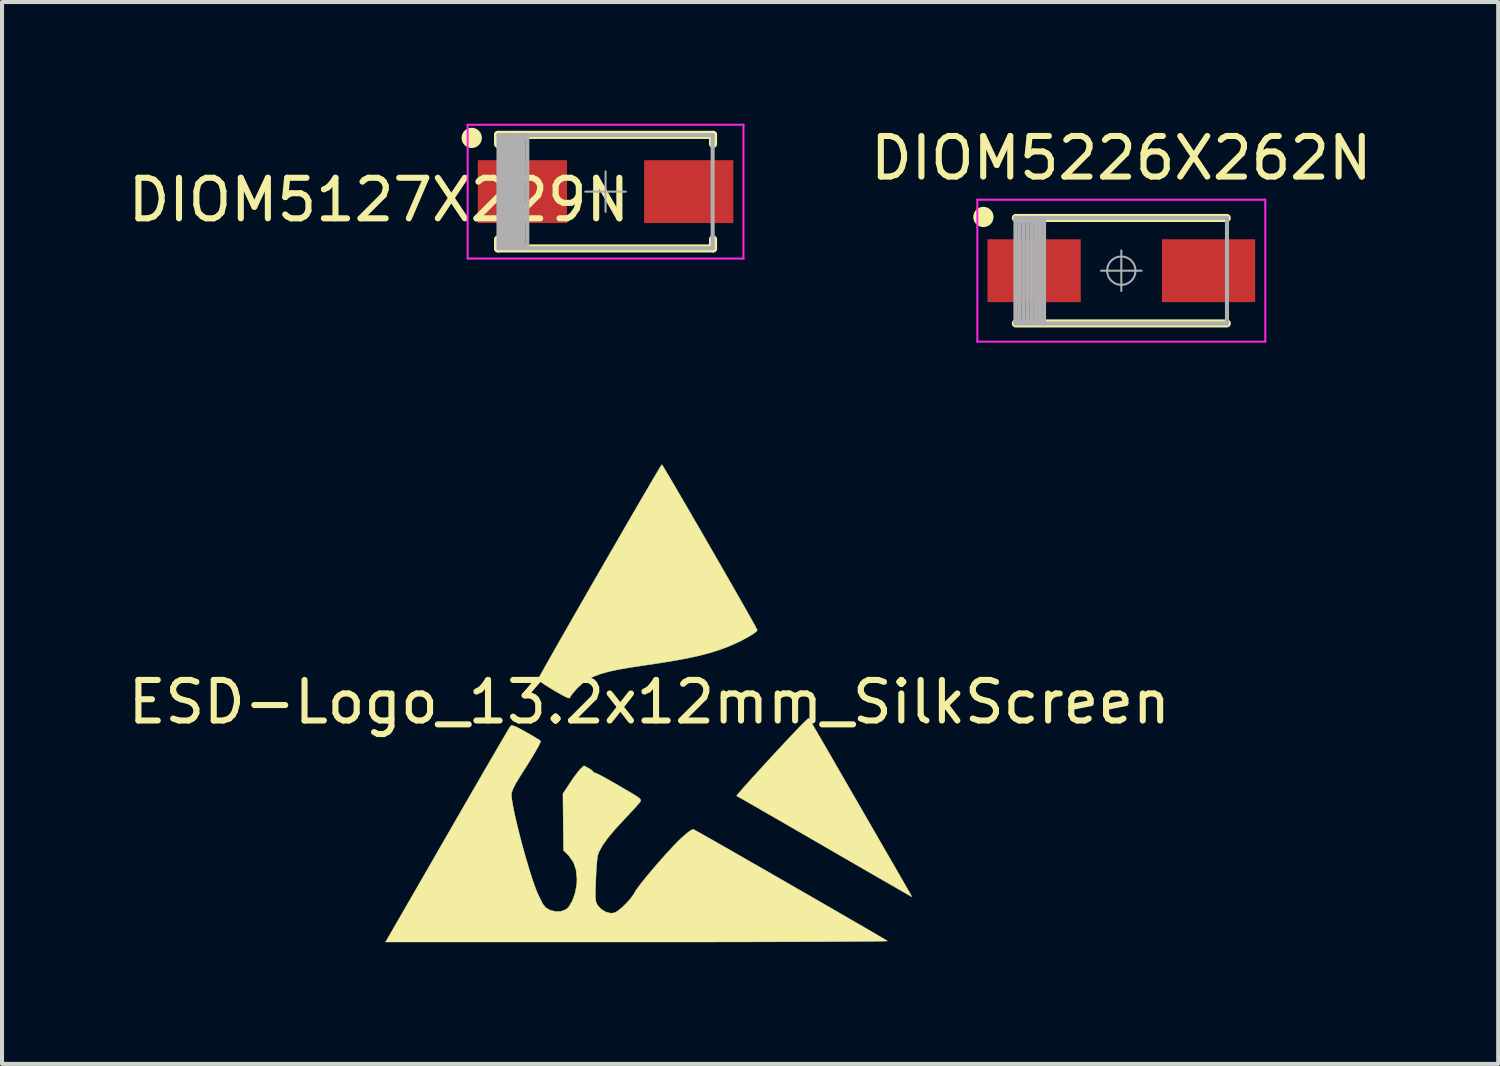
<source format=kicad_pcb>
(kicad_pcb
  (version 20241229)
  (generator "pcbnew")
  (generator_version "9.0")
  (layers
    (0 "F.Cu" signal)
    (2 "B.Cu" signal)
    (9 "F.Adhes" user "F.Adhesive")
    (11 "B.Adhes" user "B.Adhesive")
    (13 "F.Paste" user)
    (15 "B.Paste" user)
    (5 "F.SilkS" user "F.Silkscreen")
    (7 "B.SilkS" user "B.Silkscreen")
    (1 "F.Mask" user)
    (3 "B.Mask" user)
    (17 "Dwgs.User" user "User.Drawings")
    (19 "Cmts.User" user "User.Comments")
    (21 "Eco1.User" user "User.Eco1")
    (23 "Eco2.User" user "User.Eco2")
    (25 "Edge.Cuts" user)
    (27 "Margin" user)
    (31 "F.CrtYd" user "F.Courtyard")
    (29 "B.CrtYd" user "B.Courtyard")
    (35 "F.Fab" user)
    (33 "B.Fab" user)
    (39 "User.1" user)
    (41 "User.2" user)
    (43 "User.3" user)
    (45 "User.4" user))
  (footprint "DIOM5127X229N"
    (layer "F.Cu")
    (at 11.88 1.675)
    (property "Reference" "DIOM5127X229N" (at -5.588 0.203 0) (layer "F.SilkS") (effects (font (size 1 1) (thickness 0.15))))
    (attr smd)
    (fp_line (start -2.65 -1.4) (end 2.65 -1.4) (stroke (width 0.2) (type solid)) (layer "F.SilkS"))
    (fp_line (start -2.65 -1.175) (end -2.65 -1.4) (stroke (width 0.2) (type solid)) (layer "F.SilkS"))
    (fp_line (start -2.65 1.4) (end -2.65 1.175) (stroke (width 0.2) (type solid)) (layer "F.SilkS"))
    (fp_line (start -2.65 1.4) (end 2.65 1.4) (stroke (width 0.2) (type solid)) (layer "F.SilkS"))
    (fp_line (start 2.65 -1.175) (end 2.65 -1.4) (stroke (width 0.2) (type solid)) (layer "F.SilkS"))
    (fp_line (start 2.65 1.4) (end 2.65 1.175) (stroke (width 0.2) (type solid)) (layer "F.SilkS"))
    (fp_circle (center -3.3 -1.325) (end -3.175 -1.325) (stroke (width 0.25) (type solid)) (fill no) (layer "F.SilkS"))
    (fp_line (start -3.4 -1.65) (end 3.4 -1.65) (stroke (width 0.05) (type solid)) (layer "F.CrtYd"))
    (fp_line (start -3.4 1.65) (end -3.4 -1.65) (stroke (width 0.05) (type solid)) (layer "F.CrtYd"))
    (fp_line (start -3.4 1.65) (end 3.4 1.65) (stroke (width 0.05) (type solid)) (layer "F.CrtYd"))
    (fp_line (start 3.4 1.65) (end 3.4 -1.65) (stroke (width 0.05) (type solid)) (layer "F.CrtYd"))
    (fp_line (start -2.64 -1.395) (end 2.64 -1.395) (stroke (width 0.1) (type solid)) (layer "F.Fab"))
    (fp_line (start -2.64 1.395) (end -2.64 -1.395) (stroke (width 0.1) (type solid)) (layer "F.Fab"))
    (fp_line (start -2.64 1.395) (end 2.64 1.395) (stroke (width 0.1) (type solid)) (layer "F.Fab"))
    (fp_line (start -2.6 1.395) (end -2.6 -1.395) (stroke (width 0.1) (type solid)) (layer "F.Fab"))
    (fp_line (start -2.525 1.395) (end -2.525 -1.395) (stroke (width 0.1) (type solid)) (layer "F.Fab"))
    (fp_line (start -2.475 1.395) (end -2.475 -1.395) (stroke (width 0.1) (type solid)) (layer "F.Fab"))
    (fp_line (start -2.4 1.395) (end -2.4 -1.395) (stroke (width 0.1) (type solid)) (layer "F.Fab"))
    (fp_line (start -2.325 1.395) (end -2.325 -1.395) (stroke (width 0.1) (type solid)) (layer "F.Fab"))
    (fp_line (start -2.25 1.395) (end -2.25 -1.395) (stroke (width 0.1) (type solid)) (layer "F.Fab"))
    (fp_line (start -2.175 1.395) (end -2.175 -1.395) (stroke (width 0.1) (type solid)) (layer "F.Fab"))
    (fp_line (start -2.1 1.395) (end -2.1 -1.395) (stroke (width 0.1) (type solid)) (layer "F.Fab"))
    (fp_line (start -2.025 1.395) (end -2.025 -1.395) (stroke (width 0.1) (type solid)) (layer "F.Fab"))
    (fp_line (start -1.93 1.395) (end -1.93 -1.395) (stroke (width 0.1) (type solid)) (layer "F.Fab"))
    (fp_line (start -0.5 0) (end 0.5 0) (stroke (width 0.05) (type solid)) (layer "F.Fab"))
    (fp_line (start 0 0.5) (end 0 -0.5) (stroke (width 0.05) (type solid)) (layer "F.Fab"))
    (fp_line (start 2.64 1.395) (end 2.64 -1.395) (stroke (width 0.1) (type solid)) (layer "F.Fab"))
    (pad "1" smd rect (at -2.05 0 90) (size 1.55 2.2) (layers "F.Cu" "F.Mask" "F.Paste"))
    (pad "2" smd rect (at 2.05 0 90) (size 1.55 2.2) (layers "F.Cu" "F.Mask" "F.Paste")))
  (footprint "ESD-Logo_13.2x12mm_SilkScreen"
    (layer "F.Cu")
    (at 12.958 14.259)
    (property "Reference" "ESD-Logo_13.2x12mm_SilkScreen" (at 0 0 0) (layer "F.SilkS") (effects (font (size 1 1) (thickness 0.15))))
    (attr exclude_from_pos_files exclude_from_bom)
    (fp_poly (pts (xy 3.975 0.469) (xy 3.998 0.507) (xy 4.049 0.595) (xy 4.126 0.727) (xy 4.226 0.9) (xy 4.348 1.109) (xy 4.487 1.35) (xy 4.642 1.619) (xy 4.811 1.91) (xy 4.99 2.221) (xy 5.174 2.54) (xy 5.362 2.866) (xy 5.543 3.179) (xy 5.713 3.475) (xy 5.871 3.748) (xy 6.014 3.995) (xy 6.138 4.211) (xy 6.242 4.391) (xy 6.322 4.53) (xy 6.377 4.625) (xy 6.403 4.67) (xy 6.445 4.745) (xy 6.468 4.792) (xy 6.469 4.8) (xy 6.441 4.784) (xy 6.364 4.74) (xy 6.241 4.67) (xy 6.077 4.575) (xy 5.875 4.459) (xy 5.64 4.324) (xy 5.375 4.171) (xy 5.085 4.003) (xy 4.774 3.824) (xy 4.446 3.634) (xy 4.321 3.561) (xy 3.987 3.368) (xy 3.668 3.184) (xy 3.369 3.011) (xy 3.093 2.852) (xy 2.844 2.709) (xy 2.628 2.584) (xy 2.447 2.48) (xy 2.306 2.399) (xy 2.208 2.344) (xy 2.159 2.317) (xy 2.154 2.314) (xy 2.169 2.29) (xy 2.221 2.228) (xy 2.305 2.131) (xy 2.415 2.007) (xy 2.547 1.861) (xy 2.694 1.699) (xy 2.852 1.526) (xy 3.015 1.349) (xy 3.179 1.172) (xy 3.336 1.003) (xy 3.483 0.847) (xy 3.614 0.709) (xy 3.723 0.595) (xy 3.806 0.512) (xy 3.834 0.485) (xy 3.928 0.396) (xy 3.975 0.469)) (stroke (width 0.01) (type solid)) (fill yes) (layer "F.SilkS"))
    (fp_poly (pts (xy 0.328 -5.828) (xy 0.374 -5.754) (xy 0.445 -5.635) (xy 0.538 -5.478) (xy 0.65 -5.287) (xy 0.778 -5.067) (xy 0.92 -4.825) (xy 1.071 -4.563) (xy 1.231 -4.288) (xy 1.394 -4.005) (xy 1.56 -3.718) (xy 1.724 -3.433) (xy 1.884 -3.155) (xy 2.037 -2.888) (xy 2.179 -2.638) (xy 2.309 -2.411) (xy 2.423 -2.21) (xy 2.519 -2.04) (xy 2.592 -1.908) (xy 2.641 -1.818) (xy 2.663 -1.775) (xy 2.664 -1.773) (xy 2.637 -1.736) (xy 2.562 -1.68) (xy 2.448 -1.611) (xy 2.305 -1.532) (xy 2.154 -1.458) (xy 1.949 -1.368) (xy 1.734 -1.288) (xy 1.5 -1.214) (xy 1.241 -1.146) (xy 0.949 -1.082) (xy 0.617 -1.02) (xy 0.238 -0.958) (xy -0.155 -0.9) (xy -0.496 -0.848) (xy -0.783 -0.798) (xy -1.022 -0.745) (xy -1.221 -0.687) (xy -1.386 -0.623) (xy -1.526 -0.549) (xy -1.647 -0.463) (xy -1.756 -0.362) (xy -1.792 -0.325) (xy -1.868 -0.238) (xy -1.925 -0.167) (xy -1.951 -0.125) (xy -1.951 -0.121) (xy -1.961 -0.1) (xy -1.992 -0.1) (xy -2.053 -0.123) (xy -2.15 -0.173) (xy -2.289 -0.252) (xy -2.385 -0.309) (xy -2.529 -0.398) (xy -2.641 -0.473) (xy -2.713 -0.531) (xy -2.738 -0.565) (xy -2.738 -0.565) (xy -2.722 -0.598) (xy -2.678 -0.679) (xy -2.608 -0.805) (xy -2.515 -0.97) (xy -2.401 -1.172) (xy -2.269 -1.404) (xy -2.122 -1.663) (xy -1.961 -1.944) (xy -1.79 -2.243) (xy -1.61 -2.555) (xy -1.426 -2.877) (xy -1.238 -3.203) (xy -1.05 -3.529) (xy -0.864 -3.85) (xy -0.683 -4.163) (xy -0.51 -4.463) (xy -0.346 -4.745) (xy -0.195 -5.005) (xy -0.058 -5.238) (xy 0.06 -5.441) (xy 0.159 -5.608) (xy 0.235 -5.736) (xy 0.286 -5.819) (xy 0.309 -5.854) (xy 0.31 -5.854) (xy 0.328 -5.828)) (stroke (width 0.01) (type solid)) (fill yes) (layer "F.SilkS"))
    (fp_poly (pts (xy -3.356 0.582) (xy -3.291 0.607) (xy -3.192 0.657) (xy -3.049 0.736) (xy -3.038 0.742) (xy -2.907 0.817) (xy -2.796 0.883) (xy -2.717 0.932) (xy -2.68 0.96) (xy -2.679 0.961) (xy -2.688 0.999) (xy -2.729 1.083) (xy -2.8 1.21) (xy -2.897 1.374) (xy -3.019 1.57) (xy -3.162 1.795) (xy -3.197 1.85) (xy -3.29 2.003) (xy -3.357 2.135) (xy -3.394 2.234) (xy -3.397 2.253) (xy -3.396 2.339) (xy -3.377 2.474) (xy -3.344 2.652) (xy -3.299 2.862) (xy -3.243 3.096) (xy -3.18 3.345) (xy -3.112 3.601) (xy -3.04 3.855) (xy -2.968 4.098) (xy -2.898 4.322) (xy -2.831 4.518) (xy -2.771 4.676) (xy -2.729 4.77) (xy -2.679 4.87) (xy -2.633 4.966) (xy -2.63 4.972) (xy -2.553 5.068) (xy -2.44 5.134) (xy -2.308 5.165) (xy -2.175 5.16) (xy -2.058 5.116) (xy -1.991 5.059) (xy -1.896 4.901) (xy -1.827 4.705) (xy -1.788 4.49) (xy -1.783 4.368) (xy -1.805 4.14) (xy -1.869 3.951) (xy -1.979 3.793) (xy -2.013 3.757) (xy -2.115 3.658) (xy -2.129 2.259) (xy -1.95 1.989) (xy -1.867 1.867) (xy -1.786 1.757) (xy -1.72 1.675) (xy -1.692 1.644) (xy -1.611 1.57) (xy -1.503 1.628) (xy -1.434 1.67) (xy -1.396 1.703) (xy -1.394 1.709) (xy -1.368 1.733) (xy -1.324 1.752) (xy -1.282 1.769) (xy -1.217 1.8) (xy -1.123 1.85) (xy -0.996 1.921) (xy -0.83 2.016) (xy -0.619 2.139) (xy -0.504 2.206) (xy -0.369 2.286) (xy -0.28 2.343) (xy -0.23 2.384) (xy -0.211 2.415) (xy -0.215 2.443) (xy -0.218 2.45) (xy -0.249 2.491) (xy -0.316 2.567) (xy -0.41 2.671) (xy -0.524 2.794) (xy -0.623 2.898) (xy -0.85 3.145) (xy -1.028 3.359) (xy -1.158 3.542) (xy -1.241 3.697) (xy -1.27 3.776) (xy -1.281 3.844) (xy -1.293 3.962) (xy -1.305 4.114) (xy -1.314 4.288) (xy -1.319 4.399) (xy -1.325 4.589) (xy -1.328 4.728) (xy -1.326 4.827) (xy -1.32 4.896) (xy -1.307 4.945) (xy -1.287 4.987) (xy -1.272 5.012) (xy -1.183 5.109) (xy -1.069 5.177) (xy -0.949 5.207) (xy -0.858 5.196) (xy -0.777 5.15) (xy -0.675 5.067) (xy -0.566 4.962) (xy -0.465 4.849) (xy -0.387 4.743) (xy -0.358 4.692) (xy -0.315 4.622) (xy -0.236 4.515) (xy -0.13 4.38) (xy -0.002 4.224) (xy 0.139 4.058) (xy 0.288 3.887) (xy 0.435 3.722) (xy 0.575 3.571) (xy 0.7 3.441) (xy 0.799 3.345) (xy 0.908 3.25) (xy 0.999 3.18) (xy 1.064 3.142) (xy 1.085 3.138) (xy 1.118 3.155) (xy 1.199 3.2) (xy 1.325 3.27) (xy 1.49 3.364) (xy 1.691 3.478) (xy 1.921 3.609) (xy 2.176 3.755) (xy 2.452 3.914) (xy 2.744 4.081) (xy 3.048 4.255) (xy 3.358 4.433) (xy 3.669 4.613) (xy 3.978 4.79) (xy 4.279 4.964) (xy 4.568 5.131) (xy 4.839 5.288) (xy 5.089 5.433) (xy 5.313 5.562) (xy 5.505 5.674) (xy 5.662 5.766) (xy 5.777 5.834) (xy 5.848 5.877) (xy 5.868 5.89) (xy 5.841 5.893) (xy 5.754 5.895) (xy 5.611 5.898) (xy 5.415 5.9) (xy 5.169 5.902) (xy 4.875 5.904) (xy 4.536 5.906) (xy 4.156 5.908) (xy 3.736 5.91) (xy 3.281 5.911) (xy 2.792 5.913) (xy 2.274 5.914) (xy 1.728 5.915) (xy 1.157 5.916) (xy 0.565 5.916) (xy -0.046 5.916) (xy -0.302 5.916) (xy -6.502 5.916) (xy -6.06 5.15) (xy -5.966 4.987) (xy -5.846 4.778) (xy -5.702 4.53) (xy -5.54 4.248) (xy -5.363 3.941) (xy -5.176 3.615) (xy -4.981 3.278) (xy -4.784 2.935) (xy -4.588 2.595) (xy -4.538 2.509) (xy -4.358 2.196) (xy -4.185 1.898) (xy -4.024 1.619) (xy -3.876 1.365) (xy -3.745 1.139) (xy -3.632 0.946) (xy -3.54 0.79) (xy -3.473 0.677) (xy -3.432 0.609) (xy -3.42 0.592) (xy -3.396 0.578) (xy -3.356 0.582)) (stroke (width 0.01) (type solid)) (fill yes) (layer "F.SilkS")))
  (footprint "DIOM5226X262N"
    (layer "F.Cu")
    (at 24.596 3.624)
    (property "Reference" "DIOM5226X262N" (at 0 -2.776 0) (layer "F.SilkS") (effects (font (size 1 1) (thickness 0.15))))
    (attr smd)
    (fp_line (start -2.6 -1.3) (end 2.6 -1.3) (stroke (width 0.2) (type solid)) (layer "F.SilkS"))
    (fp_line (start -2.6 1.3) (end 2.6 1.3) (stroke (width 0.2) (type solid)) (layer "F.SilkS"))
    (fp_circle (center -3.4 -1.325) (end -3.275 -1.325) (stroke (width 0.25) (type solid)) (fill no) (layer "F.SilkS"))
    (fp_line (start -3.55 -1.75) (end 3.55 -1.75) (stroke (width 0.05) (type solid)) (layer "F.CrtYd"))
    (fp_line (start -3.55 1.75) (end -3.55 -1.75) (stroke (width 0.05) (type solid)) (layer "F.CrtYd"))
    (fp_line (start -3.55 1.75) (end 3.55 1.75) (stroke (width 0.05) (type solid)) (layer "F.CrtYd"))
    (fp_line (start 3.55 1.75) (end 3.55 -1.75) (stroke (width 0.05) (type solid)) (layer "F.CrtYd"))
    (fp_line (start -2.605 -1.302) (end 2.605 -1.302) (stroke (width 0.1) (type solid)) (layer "F.Fab"))
    (fp_line (start -2.605 1.302) (end -2.605 -1.302) (stroke (width 0.1) (type solid)) (layer "F.Fab"))
    (fp_line (start -2.605 1.302) (end -2.605 -1.302) (stroke (width 0.1) (type solid)) (layer "F.Fab"))
    (fp_line (start -2.605 1.302) (end 2.605 1.302) (stroke (width 0.1) (type solid)) (layer "F.Fab"))
    (fp_line (start -2.505 1.302) (end -2.505 -1.302) (stroke (width 0.1) (type solid)) (layer "F.Fab"))
    (fp_line (start -2.405 1.302) (end -2.405 -1.302) (stroke (width 0.1) (type solid)) (layer "F.Fab"))
    (fp_line (start -2.305 1.302) (end -2.305 -1.302) (stroke (width 0.1) (type solid)) (layer "F.Fab"))
    (fp_line (start -2.205 1.302) (end -2.205 -1.302) (stroke (width 0.1) (type solid)) (layer "F.Fab"))
    (fp_line (start -2.105 1.302) (end -2.105 -1.302) (stroke (width 0.1) (type solid)) (layer "F.Fab"))
    (fp_line (start -2.005 1.302) (end -2.005 -1.302) (stroke (width 0.1) (type solid)) (layer "F.Fab"))
    (fp_line (start -1.905 1.302) (end -1.905 -1.302) (stroke (width 0.1) (type solid)) (layer "F.Fab"))
    (fp_line (start -0.5 0) (end 0.5 0) (stroke (width 0.05) (type solid)) (layer "F.Fab"))
    (fp_line (start 0 0.5) (end 0 -0.5) (stroke (width 0.05) (type solid)) (layer "F.Fab"))
    (fp_line (start 2.605 1.302) (end 2.605 -1.302) (stroke (width 0.1) (type solid)) (layer "F.Fab"))
    (fp_circle (center 0 0) (end 0.35 0) (stroke (width 0.05) (type solid)) (fill no) (layer "F.Fab"))
    (pad "1" smd rect (at -2.15 0) (size 2.3 1.55) (layers "F.Cu" "F.Mask" "F.Paste"))
    (pad "2" smd rect (at 2.15 0) (size 2.3 1.55) (layers "F.Cu" "F.Mask" "F.Paste")))
  (gr_rect
    (start -3 -3)
    (end 33.888 23.18)
    (stroke (width 0.1) (type default))
    (fill no)
    (layer "Edge.Cuts")))
</source>
